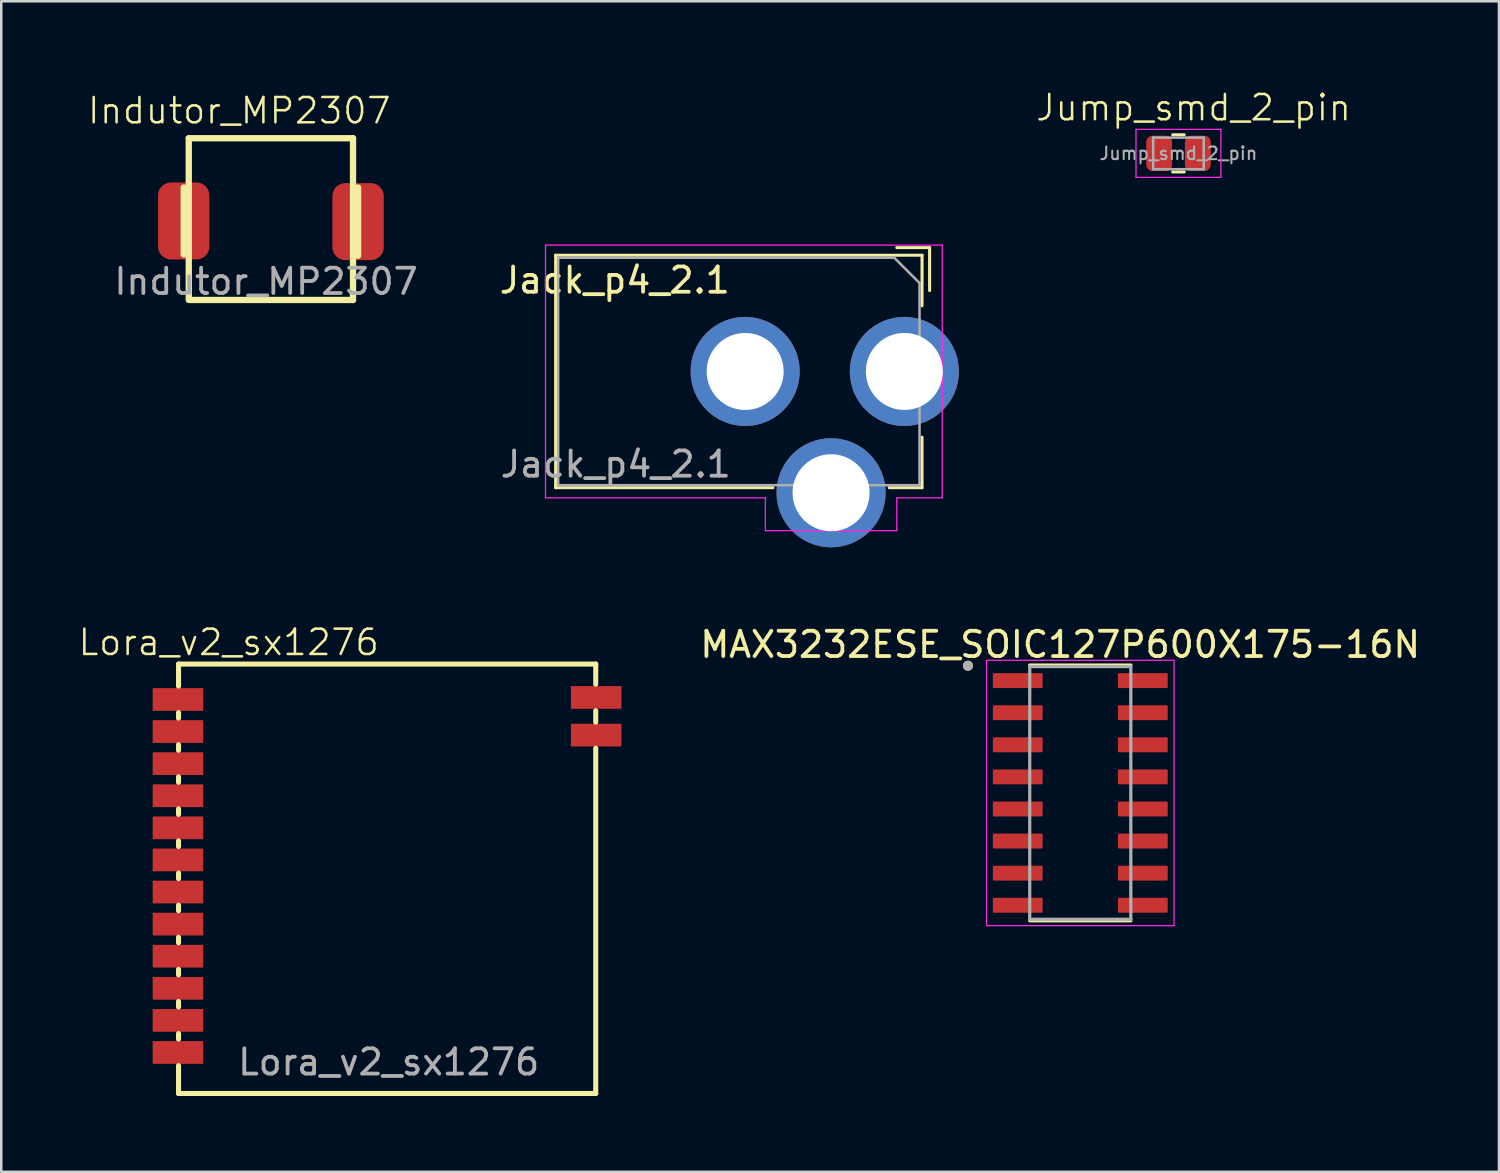
<source format=kicad_pcb>
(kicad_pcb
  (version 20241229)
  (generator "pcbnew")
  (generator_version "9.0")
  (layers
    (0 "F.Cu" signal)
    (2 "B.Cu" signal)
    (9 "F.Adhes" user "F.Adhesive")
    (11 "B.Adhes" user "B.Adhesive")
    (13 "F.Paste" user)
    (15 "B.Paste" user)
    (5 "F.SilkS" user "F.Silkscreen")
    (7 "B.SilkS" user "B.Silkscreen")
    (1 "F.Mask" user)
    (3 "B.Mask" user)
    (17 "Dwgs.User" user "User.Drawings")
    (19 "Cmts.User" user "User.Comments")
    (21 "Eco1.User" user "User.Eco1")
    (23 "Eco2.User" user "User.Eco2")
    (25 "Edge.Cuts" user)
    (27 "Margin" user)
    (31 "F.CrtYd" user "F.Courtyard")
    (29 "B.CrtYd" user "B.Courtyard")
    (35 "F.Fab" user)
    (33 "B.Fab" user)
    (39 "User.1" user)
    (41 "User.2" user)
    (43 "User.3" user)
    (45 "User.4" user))
  (footprint "Indutor_MP2307"
    (layer "F.Cu")
    (at 0.25 0.25)
    (property "Reference" "Indutor_MP2307" (at 6.17 1.08 0) (unlocked yes) (layer "F.SilkS") (effects (font (size 1 1) (thickness 0.1))))
    (attr smd)
    (fp_line (start 3.97 4.12) (end 3.97 6.77) (stroke (width 0.25) (type default)) (layer "F.SilkS"))
    (fp_line (start 4.12 6.77) (end 4.12 4.17) (stroke (width 0.25) (type default)) (layer "F.SilkS"))
    (fp_line (start 4.17 8.571) (end 4.17 2.171) (stroke (width 0.25) (type default)) (layer "F.SilkS"))
    (fp_line (start 4.22 8.571) (end 10.67 8.571) (stroke (width 0.25) (type default)) (layer "F.SilkS"))
    (fp_line (start 10.67 2.171) (end 4.17 2.171) (stroke (width 0.25) (type default)) (layer "F.SilkS"))
    (fp_line (start 10.67 2.171) (end 10.67 8.571) (stroke (width 0.25) (type default)) (layer "F.SilkS"))
    (fp_line (start 10.72 4.17) (end 10.72 6.77) (stroke (width 0.25) (type default)) (layer "F.SilkS"))
    (fp_line (start 10.87 6.82) (end 10.87 4.12) (stroke (width 0.25) (type default)) (layer "F.SilkS"))
    (fp_text user "${REFERENCE}" (at 7.23 7.84 0) (unlocked yes) (layer "F.Fab") (effects (font (size 1 1) (thickness 0.15))))
    (pad "1" smd roundrect (at 3.97 5.445) (size 2.032 3.048) (layers "F.Cu" "F.Mask" "F.Paste") (roundrect_rratio 0.25))
    (pad "2" smd roundrect (at 10.87 5.47) (size 2.032 3.048) (layers "F.Cu" "F.Mask" "F.Paste") (roundrect_rratio 0.25)))
  (footprint "MAX3232ESE_SOIC127P600X175-16N"
    (layer "F.Cu")
    (at 39.7 28.329)
    (property "Reference" "MAX3232ESE_SOIC127P600X175-16N" (at -0.795 -5.872 0) (layer "F.SilkS") (effects (font (size 1 1) (thickness 0.15))))
    (attr smd)
    (fp_line (start -2 -5.06) (end 2 -5.06) (stroke (width 0.127) (type solid)) (layer "F.SilkS"))
    (fp_line (start -2 5.06) (end 2 5.06) (stroke (width 0.127) (type solid)) (layer "F.SilkS"))
    (fp_circle (center -4.445 -5.035) (end -4.345 -5.035) (stroke (width 0.2) (type solid)) (fill no) (layer "F.SilkS"))
    (fp_line (start -3.71 -5.25) (end -3.71 5.25) (stroke (width 0.05) (type solid)) (layer "F.CrtYd"))
    (fp_line (start -3.71 -5.25) (end 3.71 -5.25) (stroke (width 0.05) (type solid)) (layer "F.CrtYd"))
    (fp_line (start -3.71 5.25) (end 3.71 5.25) (stroke (width 0.05) (type solid)) (layer "F.CrtYd"))
    (fp_line (start 3.71 -5.25) (end 3.71 5.25) (stroke (width 0.05) (type solid)) (layer "F.CrtYd"))
    (fp_line (start -2 -5) (end -2 5) (stroke (width 0.127) (type solid)) (layer "F.Fab"))
    (fp_line (start -2 -5) (end 2 -5) (stroke (width 0.127) (type solid)) (layer "F.Fab"))
    (fp_line (start -2 5) (end 2 5) (stroke (width 0.127) (type solid)) (layer "F.Fab"))
    (fp_line (start 2 -5) (end 2 5) (stroke (width 0.127) (type solid)) (layer "F.Fab"))
    (fp_circle (center -4.445 -5.035) (end -4.345 -5.035) (stroke (width 0.2) (type solid)) (fill no) (layer "F.Fab"))
    (pad "1" smd roundrect (at -2.475 -4.445) (size 1.97 0.59) (layers "F.Cu" "F.Mask" "F.Paste") (roundrect_rratio 0.07))
    (pad "2" smd roundrect (at -2.475 -3.175) (size 1.97 0.59) (layers "F.Cu" "F.Mask" "F.Paste") (roundrect_rratio 0.07))
    (pad "3" smd roundrect (at -2.475 -1.905) (size 1.97 0.59) (layers "F.Cu" "F.Mask" "F.Paste") (roundrect_rratio 0.07))
    (pad "4" smd roundrect (at -2.475 -0.635) (size 1.97 0.59) (layers "F.Cu" "F.Mask" "F.Paste") (roundrect_rratio 0.07))
    (pad "5" smd roundrect (at -2.475 0.635) (size 1.97 0.59) (layers "F.Cu" "F.Mask" "F.Paste") (roundrect_rratio 0.07))
    (pad "6" smd roundrect (at -2.475 1.905) (size 1.97 0.59) (layers "F.Cu" "F.Mask" "F.Paste") (roundrect_rratio 0.07))
    (pad "7" smd roundrect (at -2.475 3.175) (size 1.97 0.59) (layers "F.Cu" "F.Mask" "F.Paste") (roundrect_rratio 0.07))
    (pad "8" smd roundrect (at -2.475 4.445) (size 1.97 0.59) (layers "F.Cu" "F.Mask" "F.Paste") (roundrect_rratio 0.07))
    (pad "9" smd roundrect (at 2.475 4.445) (size 1.97 0.59) (layers "F.Cu" "F.Mask" "F.Paste") (roundrect_rratio 0.07))
    (pad "10" smd roundrect (at 2.475 3.175) (size 1.97 0.59) (layers "F.Cu" "F.Mask" "F.Paste") (roundrect_rratio 0.07))
    (pad "11" smd roundrect (at 2.475 1.905) (size 1.97 0.59) (layers "F.Cu" "F.Mask" "F.Paste") (roundrect_rratio 0.07))
    (pad "12" smd roundrect (at 2.475 0.635) (size 1.97 0.59) (layers "F.Cu" "F.Mask" "F.Paste") (roundrect_rratio 0.07))
    (pad "13" smd roundrect (at 2.475 -0.635) (size 1.97 0.59) (layers "F.Cu" "F.Mask" "F.Paste") (roundrect_rratio 0.07))
    (pad "14" smd roundrect (at 2.475 -1.905) (size 1.97 0.59) (layers "F.Cu" "F.Mask" "F.Paste") (roundrect_rratio 0.07))
    (pad "15" smd roundrect (at 2.475 -3.175) (size 1.97 0.59) (layers "F.Cu" "F.Mask" "F.Paste") (roundrect_rratio 0.07))
    (pad "16" smd roundrect (at 2.475 -4.445) (size 1.97 0.59) (layers "F.Cu" "F.Mask" "F.Paste") (roundrect_rratio 0.07)))
  (footprint "Lora_v2_sx1276"
    (layer "F.Cu")
    (at 4.062 23.23)
    (property "Reference" "Lora_v2_sx1276" (at 1.94 -0.86 0) (unlocked yes) (layer "F.SilkS") (effects (font (size 1 1) (thickness 0.1))))
    (attr smd)
    (fp_line (start -0.047 -0.000272) (end 16.463 -0.000272) (stroke (width 0.2) (type solid)) (layer "F.SilkS"))
    (fp_line (start -0.047 0.87) (end -0.047 -0.000272) (stroke (width 0.2) (type solid)) (layer "F.SilkS"))
    (fp_line (start -0.047 2.14) (end -0.047 1.92) (stroke (width 0.2) (type solid)) (layer "F.SilkS"))
    (fp_line (start -0.047 3.41) (end -0.047 3.19) (stroke (width 0.2) (type solid)) (layer "F.SilkS"))
    (fp_line (start -0.047 4.68) (end -0.047 4.46) (stroke (width 0.2) (type solid)) (layer "F.SilkS"))
    (fp_line (start -0.047 5.95) (end -0.047 5.73) (stroke (width 0.2) (type solid)) (layer "F.SilkS"))
    (fp_line (start -0.047 7.22) (end -0.047 7) (stroke (width 0.2) (type solid)) (layer "F.SilkS"))
    (fp_line (start -0.047 8.49) (end -0.047 8.27) (stroke (width 0.2) (type solid)) (layer "F.SilkS"))
    (fp_line (start -0.047 9.76) (end -0.047 9.54) (stroke (width 0.2) (type solid)) (layer "F.SilkS"))
    (fp_line (start -0.047 11.03) (end -0.047 10.81) (stroke (width 0.2) (type solid)) (layer "F.SilkS"))
    (fp_line (start -0.047 12.3) (end -0.047 12.08) (stroke (width 0.2) (type solid)) (layer "F.SilkS"))
    (fp_line (start -0.047 13.57) (end -0.047 13.35) (stroke (width 0.2) (type solid)) (layer "F.SilkS"))
    (fp_line (start -0.047 14.84) (end -0.047 14.62) (stroke (width 0.2) (type solid)) (layer "F.SilkS"))
    (fp_line (start -0.047 16.993) (end -0.047 15.89) (stroke (width 0.2) (type solid)) (layer "F.SilkS"))
    (fp_line (start 0.647 16.993) (end -0.047 16.993) (stroke (width 0.2) (type solid)) (layer "F.SilkS"))
    (fp_line (start 16.463 -0.000272) (end 16.463 0.796) (stroke (width 0.2) (type solid)) (layer "F.SilkS"))
    (fp_line (start 16.463 1.846) (end 16.463 2.3) (stroke (width 0.2) (type solid)) (layer "F.SilkS"))
    (fp_line (start 16.463 3.33) (end 16.463 16.993) (stroke (width 0.2) (type solid)) (layer "F.SilkS"))
    (fp_line (start 16.463 16.993) (end 0.647 16.993) (stroke (width 0.2) (type solid)) (layer "F.SilkS"))
    (fp_text user "${REFERENCE}" (at 8.27 15.75 0) (unlocked yes) (layer "F.Fab") (effects (font (size 1 1) (thickness 0.15))))
    (pad "1" smd rect (at -0.07 1.4) (size 2 0.9) (layers "F.Cu" "F.Mask" "F.Paste"))
    (pad "2" smd rect (at -0.07 2.67) (size 2 0.9) (layers "F.Cu" "F.Mask" "F.Paste"))
    (pad "3" smd rect (at -0.07 3.94) (size 2 0.9) (layers "F.Cu" "F.Mask" "F.Paste"))
    (pad "4" smd rect (at -0.07 5.21) (size 2 0.9) (layers "F.Cu" "F.Mask" "F.Paste"))
    (pad "5" smd rect (at -0.07 6.48) (size 2 0.9) (layers "F.Cu" "F.Mask" "F.Paste"))
    (pad "6" smd rect (at -0.07 7.75) (size 2 0.9) (layers "F.Cu" "F.Mask" "F.Paste"))
    (pad "7" smd rect (at -0.07 9.02) (size 2 0.9) (layers "F.Cu" "F.Mask" "F.Paste"))
    (pad "8" smd rect (at -0.07 10.29) (size 2 0.9) (layers "F.Cu" "F.Mask" "F.Paste"))
    (pad "9" smd rect (at -0.07 11.56) (size 2 0.9) (layers "F.Cu" "F.Mask" "F.Paste"))
    (pad "10" smd rect (at -0.07 12.83) (size 2 0.9) (layers "F.Cu" "F.Mask" "F.Paste"))
    (pad "11" smd rect (at -0.07 14.1) (size 2 0.9) (layers "F.Cu" "F.Mask" "F.Paste"))
    (pad "12" smd rect (at -0.07 15.37) (size 2 0.9) (layers "F.Cu" "F.Mask" "F.Paste"))
    (pad "13" smd rect (at 16.48 1.32) (size 2 0.9) (layers "F.Cu" "F.Mask" "F.Paste"))
    (pad "14" smd rect (at 16.48 2.81) (size 2 0.9) (layers "F.Cu" "F.Mask" "F.Paste")))
  (footprint "Jump_smd_2_pin"
    (layer "F.Cu")
    (at 40.922 0.25)
    (property "Reference" "Jump_smd_2_pin" (at 3.263 0.96 0) (unlocked yes) (layer "F.SilkS") (effects (font (size 1 1) (thickness 0.1))))
    (attr smd)
    (fp_line (start 2.435 2.035) (end 2.89 2.035) (stroke (width 0.12) (type solid)) (layer "F.SilkS"))
    (fp_line (start 2.435 3.505) (end 2.89 3.505) (stroke (width 0.12) (type solid)) (layer "F.SilkS"))
    (fp_line (start 0.983 1.82) (end 4.343 1.82) (stroke (width 0.05) (type solid)) (layer "F.CrtYd"))
    (fp_line (start 0.983 3.72) (end 0.983 1.82) (stroke (width 0.05) (type solid)) (layer "F.CrtYd"))
    (fp_line (start 4.343 1.82) (end 4.343 3.72) (stroke (width 0.05) (type solid)) (layer "F.CrtYd"))
    (fp_line (start 4.343 3.72) (end 0.983 3.72) (stroke (width 0.05) (type solid)) (layer "F.CrtYd"))
    (fp_line (start 1.663 2.145) (end 3.663 2.145) (stroke (width 0.1) (type solid)) (layer "F.Fab"))
    (fp_line (start 1.663 3.395) (end 1.663 2.145) (stroke (width 0.1) (type solid)) (layer "F.Fab"))
    (fp_line (start 3.663 2.145) (end 3.663 3.395) (stroke (width 0.1) (type solid)) (layer "F.Fab"))
    (fp_line (start 3.663 3.395) (end 1.663 3.395) (stroke (width 0.1) (type solid)) (layer "F.Fab"))
    (fp_text user "${REFERENCE}" (at 2.663 2.77 0) (layer "F.Fab") (effects (font (size 0.5 0.5) (thickness 0.08))))
    (pad "1" smd roundrect (at 1.9 2.77) (size 1.025 1.4) (layers "F.Cu" "F.Mask" "F.Paste") (roundrect_rratio 0.244))
    (pad "2" smd roundrect (at 3.43 2.77) (size 1.025 1.4) (layers "F.Cu" "F.Mask" "F.Paste") (roundrect_rratio 0.244)))
  (footprint "Jack_p4_2.1"
    (layer "F.Cu")
    (at 25.908 0.25)
    (property "Reference" "Jack_p4_2.1" (at -4.63 7.79 0) (unlocked yes) (layer "F.SilkS") (effects (font (size 1 1) (thickness 0.15))))
    (attr through_hole)
    (fp_line (start -6.97 6.8) (end 7.53 6.8) (stroke (width 0.12) (type solid)) (layer "F.SilkS"))
    (fp_line (start -6.97 16) (end -6.97 6.8) (stroke (width 0.12) (type solid)) (layer "F.SilkS"))
    (fp_line (start 1.63 16) (end -6.97 16) (stroke (width 0.12) (type solid)) (layer "F.SilkS"))
    (fp_line (start 7.53 6.8) (end 7.53 8.8) (stroke (width 0.12) (type solid)) (layer "F.SilkS"))
    (fp_line (start 7.53 14) (end 7.53 16) (stroke (width 0.12) (type solid)) (layer "F.SilkS"))
    (fp_line (start 7.53 16) (end 6.23 16) (stroke (width 0.12) (type solid)) (layer "F.SilkS"))
    (fp_line (start 7.83 6.5) (end 6.53 6.5) (stroke (width 0.12) (type solid)) (layer "F.SilkS"))
    (fp_line (start 7.83 8.2) (end 7.83 6.5) (stroke (width 0.12) (type solid)) (layer "F.SilkS"))
    (fp_line (start -7.37 6.4) (end -7.37 16.4) (stroke (width 0.05) (type solid)) (layer "F.CrtYd"))
    (fp_line (start -7.37 16.4) (end 1.33 16.4) (stroke (width 0.05) (type solid)) (layer "F.CrtYd"))
    (fp_line (start 1.33 17.7) (end 1.33 16.4) (stroke (width 0.05) (type solid)) (layer "F.CrtYd"))
    (fp_line (start 6.53 16.4) (end 8.33 16.4) (stroke (width 0.05) (type solid)) (layer "F.CrtYd"))
    (fp_line (start 6.53 17.7) (end 1.33 17.7) (stroke (width 0.05) (type solid)) (layer "F.CrtYd"))
    (fp_line (start 6.53 17.7) (end 6.53 16.4) (stroke (width 0.05) (type solid)) (layer "F.CrtYd"))
    (fp_line (start 8.33 6.4) (end -7.37 6.4) (stroke (width 0.05) (type solid)) (layer "F.CrtYd"))
    (fp_line (start 8.33 16.4) (end 8.33 6.4) (stroke (width 0.05) (type solid)) (layer "F.CrtYd"))
    (fp_line (start -6.87 6.9) (end 6.43 6.9) (stroke (width 0.1) (type solid)) (layer "F.Fab"))
    (fp_line (start -6.87 15.9) (end -6.87 6.9) (stroke (width 0.1) (type solid)) (layer "F.Fab"))
    (fp_line (start 6.43 6.9) (end 7.43 7.9) (stroke (width 0.1) (type solid)) (layer "F.Fab"))
    (fp_line (start 7.43 15.9) (end -6.87 15.9) (stroke (width 0.1) (type solid)) (layer "F.Fab"))
    (fp_line (start 7.43 15.9) (end 7.43 7.9) (stroke (width 0.1) (type solid)) (layer "F.Fab"))
    (fp_text user "${REFERENCE}" (at -4.59 15.07 0) (unlocked yes) (layer "F.Fab") (effects (font (size 1 1) (thickness 0.15))))
    (pad "1" thru_hole circle (at 6.83 11.4 270) (size 4.318 4.318) (drill 3.048) (layers "*.Cu" "*.Mask"))
    (pad "2" thru_hole circle (at 0.53 11.4 270) (size 4.318 4.318) (drill 3.048) (layers "*.Cu" "*.Mask"))
    (pad "3" thru_hole circle (at 3.93 16.2 270) (size 4.318 4.318) (drill 3.048) (layers "*.Cu" "*.Mask")))
  (gr_rect
    (start -3 -3)
    (end 56.269 43.322)
    (stroke (width 0.1) (type default))
    (fill no)
    (layer "Edge.Cuts")))
</source>
